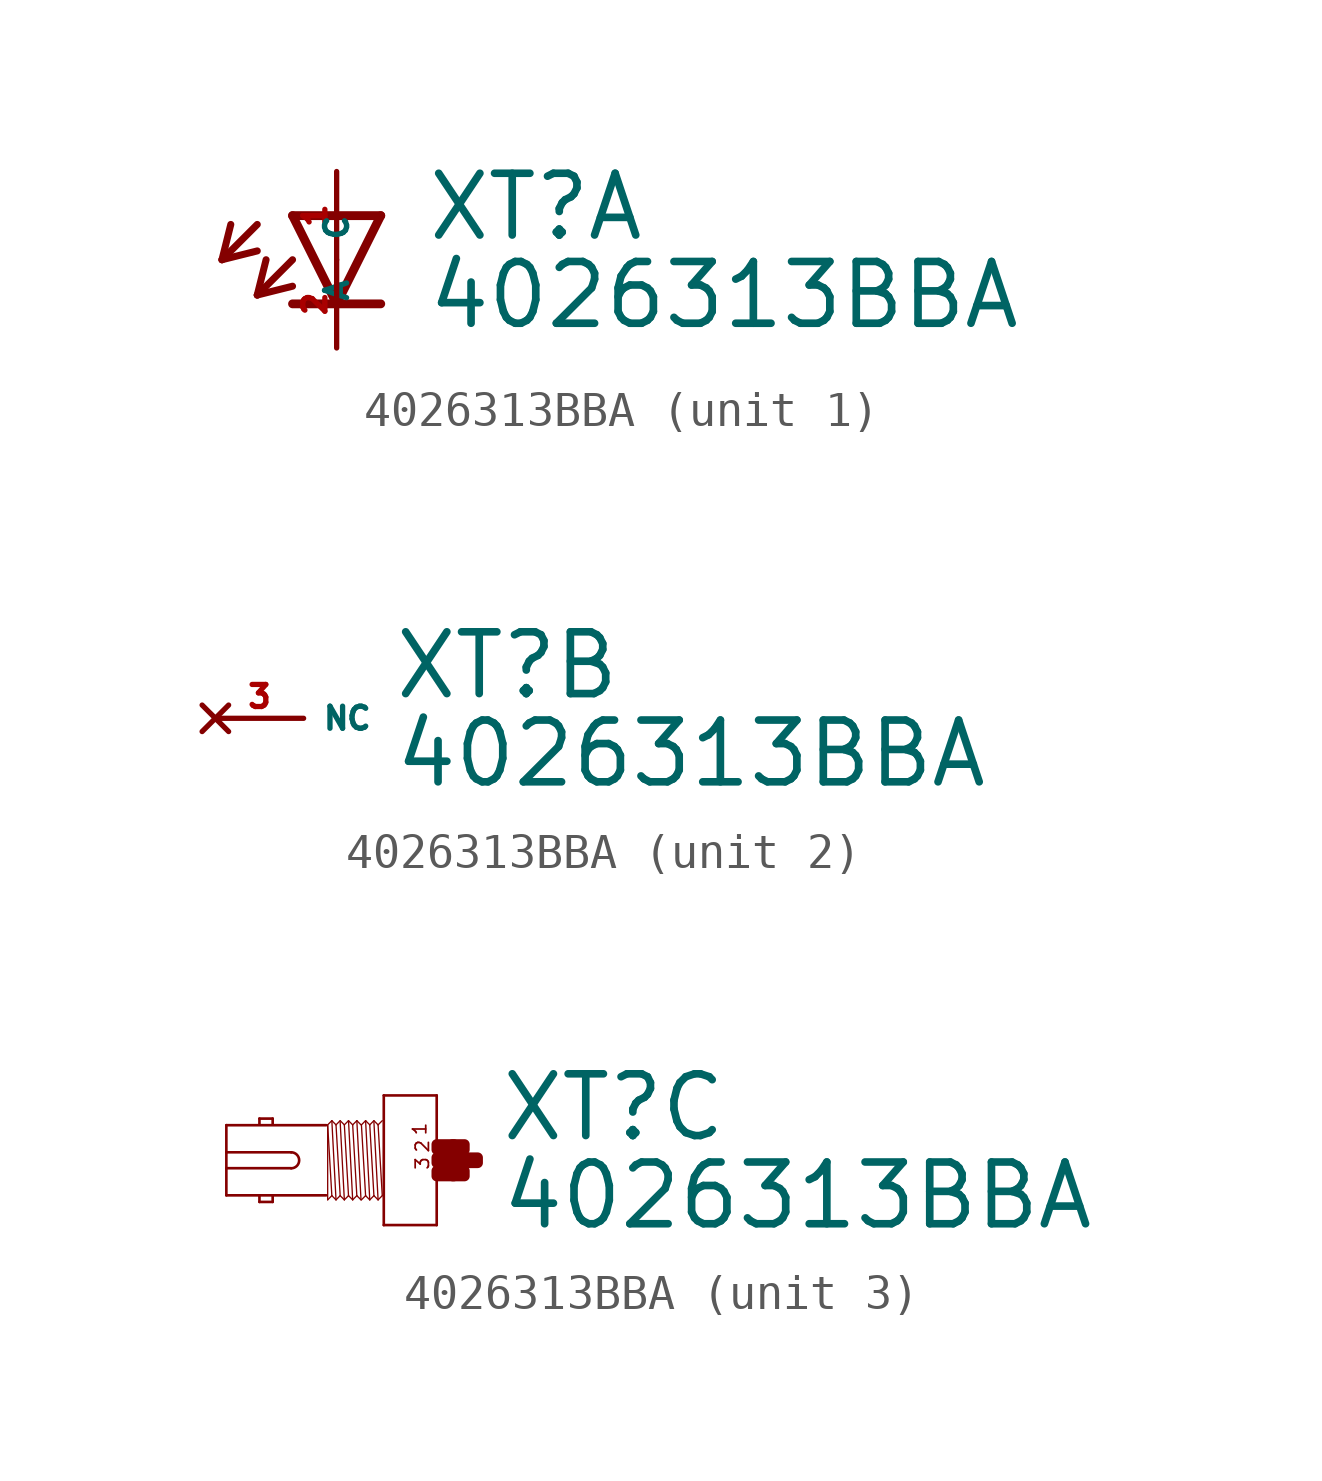
<source format=kicad_sym>
(kicad_symbol_lib
  (version 20220914)
  (generator Eagle2Kicad)
  (symbol "4026313BBA"
    (property "Reference" "XT"
      (at 2.54 0.483 0)
      (effects (font (size 1.778 1.778) (thickness 0.22)) (justify left bottom)))
    (property "Value" "4026313BBA"
      (at 2.54 -2.057 0)
      (effects (font (size 1.778 1.778) (thickness 0.22)) (justify left bottom)))
    (symbol "4026313BBA_1_0"
      (polyline (pts (xy -1.27 1.27) (xy 0 -1.27)) (stroke (width 0.254) (type default)) (fill (type none)))
      (polyline (pts (xy 0 -1.27) (xy 1.27 1.27)) (stroke (width 0.254) (type default)) (fill (type none)))
      (polyline (pts (xy 1.27 -1.27) (xy 0 -1.27)) (stroke (width 0.254) (type default)) (fill (type none)))
      (polyline (pts (xy 1.27 1.27) (xy -1.27 1.27)) (stroke (width 0.254) (type default)) (fill (type none)))
      (polyline (pts (xy 0 -1.27) (xy -1.27 -1.27)) (stroke (width 0.254) (type default)) (fill (type none)))
      (polyline (pts (xy -2.286 1.016) (xy -3.302 0)) (stroke (width 0.203) (type default)) (fill (type none)))
      (polyline (pts (xy -3.302 0) (xy -2.286 0.254)) (stroke (width 0.203) (type default)) (fill (type none)))
      (polyline (pts (xy -3.302 0) (xy -3.048 1.016)) (stroke (width 0.203) (type default)) (fill (type none)))
      (polyline (pts (xy -1.27 0) (xy -2.286 -1.016)) (stroke (width 0.203) (type default)) (fill (type none)))
      (polyline (pts (xy -2.286 -1.016) (xy -1.27 -0.762)) (stroke (width 0.203) (type default)) (fill (type none)))
      (polyline (pts (xy -2.286 -1.016) (xy -2.032 0)) (stroke (width 0.203) (type default)) (fill (type none)))
      (pin passive line (at 0 2.54 270) (length 2.54) (name "A" (effects (font (size 0.635 0.635) (thickness 0.08)) (justify left bottom))) (number "1" (effects (font (size 0.635 0.635) (thickness 0.08)) (justify left bottom))))
      (pin passive line (at 0 -2.54 90) (length 2.54) (name "C" (effects (font (size 0.635 0.635) (thickness 0.08)) (justify left bottom))) (number "2" (effects (font (size 0.635 0.635) (thickness 0.08)) (justify left bottom)))))
    (symbol "4026313BBA_2_0"
      (pin no_connect line (at -2.54 0 0) (length 2.54) (name "NC" (effects (font (size 0.635 0.635) (thickness 0.08)) (justify left bottom) hide)) (number "3" (effects (font (size 0.635 0.635) (thickness 0.08)) (justify left bottom) hide))))
    (symbol "4026313BBA_3_0"
      (polyline (pts (xy 0.762 1.867) (xy 0.762 -1.867)) (stroke (width 0.076) (type default)) (fill (type none)))
      (polyline (pts (xy 0.762 -1.867) (xy -0.762 -1.867)) (stroke (width 0.076) (type default)) (fill (type none)))
      (polyline (pts (xy -0.762 -1.867) (xy -0.762 1.867)) (stroke (width 0.076) (type default)) (fill (type none)))
      (polyline (pts (xy -0.762 1.867) (xy 0.762 1.867)) (stroke (width 0.076) (type default)) (fill (type none)))
      (polyline (pts (xy -2.419 1.01) (xy -5.296 1.01)) (stroke (width 0.076) (type default)) (fill (type none)))
      (polyline (pts (xy -5.296 1.01) (xy -5.296 0.229)) (stroke (width 0.076) (type default)) (fill (type none)))
      (polyline (pts (xy -5.296 0.229) (xy -5.296 -0.229)) (stroke (width 0.076) (type default)) (fill (type none)))
      (polyline (pts (xy -5.296 -0.229) (xy -5.296 -1.01)) (stroke (width 0.076) (type default)) (fill (type none)))
      (polyline (pts (xy -5.296 -1.01) (xy -2.419 -1.01)) (stroke (width 0.076) (type default)) (fill (type none)))
      (polyline (pts (xy -3.962 -1.029) (xy -3.962 -1.2)) (stroke (width 0.076) (type default)) (fill (type none)))
      (polyline (pts (xy -3.962 -1.2) (xy -4.343 -1.2)) (stroke (width 0.076) (type default)) (fill (type none)))
      (polyline (pts (xy -4.343 -1.2) (xy -4.343 -1.029)) (stroke (width 0.076) (type default)) (fill (type none)))
      (polyline (pts (xy -4.343 1.029) (xy -4.343 1.2)) (stroke (width 0.076) (type default)) (fill (type none)))
      (polyline (pts (xy -4.343 1.2) (xy -3.962 1.2)) (stroke (width 0.076) (type default)) (fill (type none)))
      (polyline (pts (xy -3.962 1.2) (xy -3.962 1.029)) (stroke (width 0.076) (type default)) (fill (type none)))
      (polyline (pts (xy -2.258 1.14) (xy -2.138 -1.14)) (stroke (width 0.038) (type default)) (fill (type none)))
      (polyline (pts (xy -2.018 1.099) (xy -1.898 -1.14)) (stroke (width 0.038) (type default)) (fill (type none)))
      (polyline (pts (xy -1.898 1.02) (xy -1.778 -1.02)) (stroke (width 0.038) (type default)) (fill (type none)))
      (polyline (pts (xy -1.778 1.14) (xy -1.658 -1.14)) (stroke (width 0.038) (type default)) (fill (type none)))
      (polyline (pts (xy -1.538 1.14) (xy -1.418 -1.14)) (stroke (width 0.038) (type default)) (fill (type none)))
      (polyline (pts (xy -2.378 -1.14) (xy -2.378 0.999)) (stroke (width 0.038) (type default)) (fill (type none)))
      (polyline (pts (xy -2.378 -1.14) (xy -2.258 -1.02)) (stroke (width 0.038) (type default)) (fill (type none)))
      (polyline (pts (xy -2.258 -1.02) (xy -2.138 -1.14)) (stroke (width 0.038) (type default)) (fill (type none)))
      (polyline (pts (xy -2.138 -1.14) (xy -2.018 -1.02)) (stroke (width 0.038) (type default)) (fill (type none)))
      (polyline (pts (xy -2.018 -1.02) (xy -1.898 -1.14)) (stroke (width 0.038) (type default)) (fill (type none)))
      (polyline (pts (xy -1.898 -1.14) (xy -1.778 -1.02)) (stroke (width 0.038) (type default)) (fill (type none)))
      (polyline (pts (xy -1.778 -1.02) (xy -1.658 -1.14)) (stroke (width 0.038) (type default)) (fill (type none)))
      (polyline (pts (xy -1.658 -1.14) (xy -1.538 -1.02)) (stroke (width 0.038) (type default)) (fill (type none)))
      (polyline (pts (xy -1.538 -1.02) (xy -1.418 -1.14)) (stroke (width 0.038) (type default)) (fill (type none)))
      (polyline (pts (xy -2.378 1.02) (xy -2.258 1.14)) (stroke (width 0.038) (type default)) (fill (type none)))
      (polyline (pts (xy -2.258 1.14) (xy -2.138 1.02)) (stroke (width 0.038) (type default)) (fill (type none)))
      (polyline (pts (xy -2.138 1.02) (xy -2.018 1.14)) (stroke (width 0.038) (type default)) (fill (type none)))
      (polyline (pts (xy -2.018 1.14) (xy -1.898 1.02)) (stroke (width 0.038) (type default)) (fill (type none)))
      (polyline (pts (xy -1.898 1.02) (xy -1.778 1.14)) (stroke (width 0.038) (type default)) (fill (type none)))
      (polyline (pts (xy -1.778 1.14) (xy -1.658 1.02)) (stroke (width 0.038) (type default)) (fill (type none)))
      (polyline (pts (xy -1.658 1.02) (xy -1.538 1.14)) (stroke (width 0.038) (type default)) (fill (type none)))
      (polyline (pts (xy -1.538 1.14) (xy -1.418 1.02)) (stroke (width 0.038) (type default)) (fill (type none)))
      (polyline (pts (xy -2.138 1.02) (xy -2.018 -1.02)) (stroke (width 0.038) (type default)) (fill (type none)))
      (polyline (pts (xy -1.658 1.02) (xy -1.538 -1.02)) (stroke (width 0.038) (type default)) (fill (type none)))
      (polyline (pts (xy -2.378 1.02) (xy -2.258 -1.02)) (stroke (width 0.038) (type default)) (fill (type none)))
      (polyline (pts (xy -1.286 1.14) (xy -1.166 -1.14)) (stroke (width 0.038) (type default)) (fill (type none)))
      (polyline (pts (xy -1.046 1.099) (xy -0.926 -1.14)) (stroke (width 0.038) (type default)) (fill (type none)))
      (polyline (pts (xy -0.926 1.02) (xy -0.806 -1.02)) (stroke (width 0.038) (type default)) (fill (type none)))
      (polyline (pts (xy -1.406 -1.14) (xy -1.286 -1.02)) (stroke (width 0.038) (type default)) (fill (type none)))
      (polyline (pts (xy -1.286 -1.02) (xy -1.166 -1.14)) (stroke (width 0.038) (type default)) (fill (type none)))
      (polyline (pts (xy -1.166 -1.14) (xy -1.046 -1.02)) (stroke (width 0.038) (type default)) (fill (type none)))
      (polyline (pts (xy -1.046 -1.02) (xy -0.926 -1.14)) (stroke (width 0.038) (type default)) (fill (type none)))
      (polyline (pts (xy -0.926 -1.14) (xy -0.806 -1.02)) (stroke (width 0.038) (type default)) (fill (type none)))
      (polyline (pts (xy -1.406 1.02) (xy -1.286 1.14)) (stroke (width 0.038) (type default)) (fill (type none)))
      (polyline (pts (xy -1.286 1.14) (xy -1.166 1.02)) (stroke (width 0.038) (type default)) (fill (type none)))
      (polyline (pts (xy -1.166 1.02) (xy -1.046 1.14)) (stroke (width 0.038) (type default)) (fill (type none)))
      (polyline (pts (xy -1.046 1.14) (xy -0.926 1.02)) (stroke (width 0.038) (type default)) (fill (type none)))
      (polyline (pts (xy -0.926 1.02) (xy -0.806 1.14)) (stroke (width 0.038) (type default)) (fill (type none)))
      (polyline (pts (xy -1.166 1.02) (xy -1.046 -1.02)) (stroke (width 0.038) (type default)) (fill (type none)))
      (polyline (pts (xy -1.406 1.02) (xy -1.286 -1.02)) (stroke (width 0.038) (type default)) (fill (type none)))
      (polyline (pts (xy -5.296 -0.229) (xy -3.429 -0.229)) (stroke (width 0.076) (type default)) (fill (type none)))
      (polyline (pts (xy -3.429 0.229) (xy -5.296 0.229)) (stroke (width 0.076) (type default)) (fill (type none)))
      (arc (start -3.429 -0.2286) (mid -3.200 0.000) (end -3.429 0.2286) (stroke (width 0.0762) (type default)) (fill (type none)))
      (text "1" (at 0.495 0.686 1800) (effects (font (size 0.381 0.381) (thickness 0.05)) (justify left bottom)))
      (text "3" (at 0.572 -0.305 1800) (effects (font (size 0.381 0.381) (thickness 0.05)) (justify left bottom)))
      (text "2" (at 0.572 0.191 1800) (effects (font (size 0.381 0.381) (thickness 0.05)) (justify left bottom)))
      (rectangle (start 0.762 -0.457) (end 1.257 -0.305) (stroke (width 0.3) (type default)) (fill (type outline)))
      (rectangle (start 0.762 -0.076) (end 1.638 0.076) (stroke (width 0.3) (type default)) (fill (type outline)))
      (rectangle (start 1.219 -0.457) (end 1.562 -0.305) (stroke (width 0.3) (type default)) (fill (type outline)))
      (rectangle (start 1.6 -0.076) (end 1.943 0.076) (stroke (width 0.3) (type default)) (fill (type outline)))
      (rectangle (start 1.219 0.305) (end 1.562 0.457) (stroke (width 0.3) (type default)) (fill (type outline)))
      (rectangle (start 0.762 0.305) (end 1.257 0.457) (stroke (width 0.3) (type default)) (fill (type outline))))))
</source>
